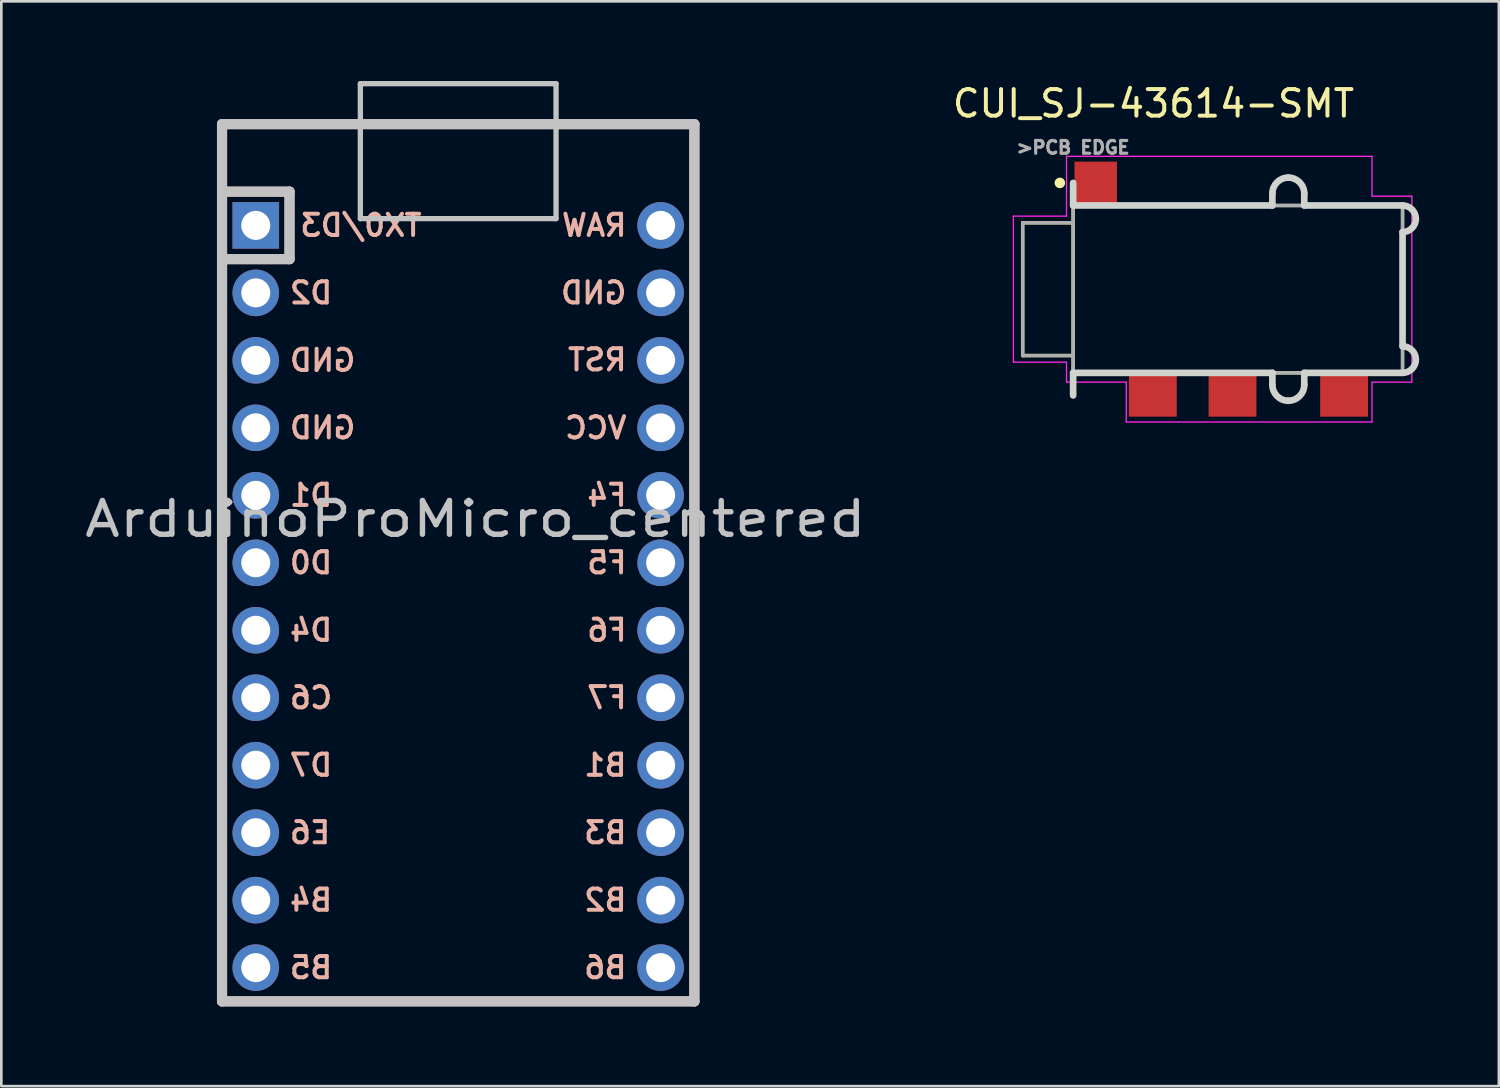
<source format=kicad_pcb>
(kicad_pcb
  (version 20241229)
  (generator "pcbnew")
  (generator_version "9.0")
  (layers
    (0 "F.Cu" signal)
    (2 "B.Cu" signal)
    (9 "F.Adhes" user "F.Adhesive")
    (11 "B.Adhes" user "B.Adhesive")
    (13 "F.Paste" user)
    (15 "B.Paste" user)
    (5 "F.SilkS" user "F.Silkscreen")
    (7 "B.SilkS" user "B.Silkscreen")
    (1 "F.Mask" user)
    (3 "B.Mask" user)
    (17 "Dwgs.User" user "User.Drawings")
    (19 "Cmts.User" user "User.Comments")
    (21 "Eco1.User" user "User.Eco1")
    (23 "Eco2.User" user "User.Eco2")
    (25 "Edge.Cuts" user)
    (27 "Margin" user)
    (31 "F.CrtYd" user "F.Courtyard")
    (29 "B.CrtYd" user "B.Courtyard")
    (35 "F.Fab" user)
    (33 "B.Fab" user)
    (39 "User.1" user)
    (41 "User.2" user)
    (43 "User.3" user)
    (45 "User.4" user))
  (footprint "CUI_SJ-43614-SMT"
    (layer "F.Cu")
    (at 43.546 7.835)
    (property "Reference" "CUI_SJ-43614-SMT" (at -3.176 -6.987 180) (layer "F.SilkS") (effects (font (size 1 1) (thickness 0.15))))
    (attr smd)
    (fp_line (start -8.1 -2.5) (end -8.1 2.5) (stroke (width 0.127) (type solid)) (layer "F.SilkS"))
    (fp_line (start -8.1 2.5) (end -6.2 2.5) (stroke (width 0.127) (type solid)) (layer "F.SilkS"))
    (fp_line (start -6.2 -3) (end -6.2 -2.5) (stroke (width 0.127) (type solid)) (layer "F.SilkS"))
    (fp_line (start -6.2 -2.5) (end -8.1 -2.5) (stroke (width 0.127) (type solid)) (layer "F.SilkS"))
    (fp_line (start -6.2 -2.5) (end -6.2 2.5) (stroke (width 0.127) (type solid)) (layer "F.SilkS"))
    (fp_line (start -6.2 2.5) (end -6.2 3.15) (stroke (width 0.127) (type solid)) (layer "F.SilkS"))
    (fp_line (start -6.2 3.15) (end -4.45 3.15) (stroke (width 0.127) (type solid)) (layer "F.SilkS"))
    (fp_line (start -2.15 3.15) (end -1.3 3.15) (stroke (width 0.127) (type solid)) (layer "F.SilkS"))
    (fp_line (start -2 -3.15) (end -1.3 -3.15) (stroke (width 0.127) (type solid)) (layer "F.SilkS"))
    (fp_line (start 0.95 3.15) (end 2.85 3.15) (stroke (width 0.127) (type solid)) (layer "F.SilkS"))
    (fp_line (start 2.9 -3.15) (end 0.85 -3.15) (stroke (width 0.127) (type solid)) (layer "F.SilkS"))
    (fp_line (start 5.05 -3.15) (end 6.2 -3.15) (stroke (width 0.127) (type solid)) (layer "F.SilkS"))
    (fp_line (start 6.2 -3.15) (end 6.2 3.15) (stroke (width 0.127) (type solid)) (layer "F.SilkS"))
    (fp_line (start 6.2 3.15) (end 5.1 3.15) (stroke (width 0.127) (type solid)) (layer "F.SilkS"))
    (fp_circle (center -6.7 -4) (end -6.6 -4) (stroke (width 0.2) (type solid)) (fill no) (layer "F.SilkS"))
    (fp_line (start -6.2 -3.15) (end -6.2 -4) (stroke (width 0.25) (type solid)) (layer "Edge.Cuts"))
    (fp_line (start -6.2 -3.15) (end 1.3 -3.15) (stroke (width 0.25) (type solid)) (layer "Edge.Cuts"))
    (fp_line (start -6.2 3.15) (end -6.2 4) (stroke (width 0.25) (type solid)) (layer "Edge.Cuts"))
    (fp_line (start -6.2 3.15) (end 1.3 3.15) (stroke (width 0.25) (type solid)) (layer "Edge.Cuts"))
    (fp_line (start 1.3 -3.15) (end 1.3 -3.6) (stroke (width 0.25) (type solid)) (layer "Edge.Cuts"))
    (fp_line (start 1.3 3.15) (end 1.3 3.6) (stroke (width 0.25) (type solid)) (layer "Edge.Cuts"))
    (fp_line (start 2.5 -3.15) (end 2.5 -3.6) (stroke (width 0.25) (type solid)) (layer "Edge.Cuts"))
    (fp_line (start 2.5 -3.15) (end 6.2 -3.15) (stroke (width 0.25) (type solid)) (layer "Edge.Cuts"))
    (fp_line (start 2.5 3.15) (end 2.5 3.6) (stroke (width 0.25) (type solid)) (layer "Edge.Cuts"))
    (fp_line (start 6.2 -2.15) (end 6.2 2.15) (stroke (width 0.25) (type solid)) (layer "Edge.Cuts"))
    (fp_line (start 6.2 3.15) (end 2.5 3.15) (stroke (width 0.25) (type solid)) (layer "Edge.Cuts"))
    (fp_arc (start 1.3 -3.6) (mid 1.475736 -4.024264) (end 1.9 -4.2) (stroke (width 0.25) (type solid)) (layer "Edge.Cuts"))
    (fp_arc (start 1.9 -4.2) (mid 2.324264 -4.024264) (end 2.5 -3.6) (stroke (width 0.25) (type solid)) (layer "Edge.Cuts"))
    (fp_arc (start 1.9 4.2) (mid 1.475736 4.024264) (end 1.3 3.6) (stroke (width 0.25) (type solid)) (layer "Edge.Cuts"))
    (fp_arc (start 2.5 3.6) (mid 2.324264 4.024264) (end 1.9 4.2) (stroke (width 0.25) (type solid)) (layer "Edge.Cuts"))
    (fp_arc (start 6.2 -3.15) (mid 6.553554 -3.003554) (end 6.7 -2.65) (stroke (width 0.25) (type solid)) (layer "Edge.Cuts"))
    (fp_arc (start 6.2 2.15) (mid 6.553554 2.296446) (end 6.7 2.65) (stroke (width 0.25) (type solid)) (layer "Edge.Cuts"))
    (fp_arc (start 6.7 -2.65) (mid 6.553554 -2.296446) (end 6.2 -2.15) (stroke (width 0.25) (type solid)) (layer "Edge.Cuts"))
    (fp_arc (start 6.7 2.65) (mid 6.553554 3.003554) (end 6.2 3.15) (stroke (width 0.25) (type solid)) (layer "Edge.Cuts"))
    (fp_line (start -8.45 -2.75) (end -8.45 2.75) (stroke (width 0.05) (type solid)) (layer "F.CrtYd"))
    (fp_line (start -8.45 -2.75) (end -6.45 -2.75) (stroke (width 0.05) (type solid)) (layer "F.CrtYd"))
    (fp_line (start -6.45 -5) (end 5.05 -5) (stroke (width 0.05) (type solid)) (layer "F.CrtYd"))
    (fp_line (start -6.45 -2.75) (end -6.45 -5) (stroke (width 0.05) (type solid)) (layer "F.CrtYd"))
    (fp_line (start -6.45 2.75) (end -8.45 2.75) (stroke (width 0.05) (type solid)) (layer "F.CrtYd"))
    (fp_line (start -6.45 3.5) (end -6.45 2.75) (stroke (width 0.05) (type solid)) (layer "F.CrtYd"))
    (fp_line (start -4.2 3.5) (end -6.45 3.5) (stroke (width 0.05) (type solid)) (layer "F.CrtYd"))
    (fp_line (start -4.2 5) (end -4.2 3.5) (stroke (width 0.05) (type solid)) (layer "F.CrtYd"))
    (fp_line (start 5.05 -5) (end 5.05 -3.5) (stroke (width 0.05) (type solid)) (layer "F.CrtYd"))
    (fp_line (start 5.05 -3.5) (end 6.55 -3.5) (stroke (width 0.05) (type solid)) (layer "F.CrtYd"))
    (fp_line (start 5.05 3.5) (end 5.05 5) (stroke (width 0.05) (type solid)) (layer "F.CrtYd"))
    (fp_line (start 5.05 5) (end -4.2 5) (stroke (width 0.05) (type solid)) (layer "F.CrtYd"))
    (fp_line (start 6.55 -3.5) (end 6.55 3.5) (stroke (width 0.05) (type solid)) (layer "F.CrtYd"))
    (fp_line (start 6.55 3.5) (end 5.05 3.5) (stroke (width 0.05) (type solid)) (layer "F.CrtYd"))
    (fp_line (start -8.1 -2.5) (end -8.1 2.5) (stroke (width 0.127) (type solid)) (layer "F.Fab"))
    (fp_line (start -8.1 2.5) (end -6.2 2.5) (stroke (width 0.127) (type solid)) (layer "F.Fab"))
    (fp_line (start -6.2 -3.15) (end 6.2 -3.15) (stroke (width 0.127) (type solid)) (layer "F.Fab"))
    (fp_line (start -6.2 -2.5) (end -8.1 -2.5) (stroke (width 0.127) (type solid)) (layer "F.Fab"))
    (fp_line (start -6.2 -2.5) (end -6.2 -3.15) (stroke (width 0.127) (type solid)) (layer "F.Fab"))
    (fp_line (start -6.2 2.5) (end -6.2 -2.5) (stroke (width 0.127) (type solid)) (layer "F.Fab"))
    (fp_line (start -6.2 3.15) (end -6.2 2.5) (stroke (width 0.127) (type solid)) (layer "F.Fab"))
    (fp_line (start 6.2 -3.15) (end 6.2 3.15) (stroke (width 0.127) (type solid)) (layer "F.Fab"))
    (fp_line (start 6.2 3.15) (end -6.2 3.15) (stroke (width 0.127) (type solid)) (layer "F.Fab"))
    (fp_text user ">PCB EDGE" (at -6.204 -5.333 180) (layer "F.Fab") (effects (font (size 0.48 0.48) (thickness 0.12))))
    (pad "1" smd rect (at -5.35 -3.975 180) (size 1.6 1.65) (layers "F.Cu" "F.Mask" "F.Paste"))
    (pad "2" smd rect (at 4 3.975 180) (size 1.8 1.65) (layers "F.Cu" "F.Mask" "F.Paste"))
    (pad "3" smd rect (at -0.2 3.975 180) (size 1.8 1.65) (layers "F.Cu" "F.Mask" "F.Paste"))
    (pad "4" smd rect (at -3.2 3.975 180) (size 1.8 1.65) (layers "F.Cu" "F.Mask" "F.Paste")))
  (footprint "ArduinoProMicro_centered"
    (layer "F.Cu")
    (at 14.198 18.134)
    (property "Reference" "ArduinoProMicro_centered" (at 0.65 -1.65 0) (layer "Dwgs.User") (effects (font (size 1.27 1.524) (thickness 0.203))))
    (attr through_hole)
    (fp_line (start -8.89 -16.51) (end -8.89 16.51) (stroke (width 0.381) (type solid)) (layer "B.SilkS"))
    (fp_line (start -8.89 -16.51) (end 8.89 -16.51) (stroke (width 0.381) (type solid)) (layer "B.SilkS"))
    (fp_line (start -8.89 16.51) (end 8.89 16.51) (stroke (width 0.381) (type solid)) (layer "B.SilkS"))
    (fp_line (start -6.35 -13.97) (end -8.89 -13.97) (stroke (width 0.381) (type solid)) (layer "B.SilkS"))
    (fp_line (start -6.35 -13.97) (end -6.35 -11.43) (stroke (width 0.381) (type solid)) (layer "B.SilkS"))
    (fp_line (start -6.35 -11.43) (end -8.89 -11.43) (stroke (width 0.381) (type solid)) (layer "B.SilkS"))
    (fp_line (start 8.89 16.51) (end 8.89 -16.51) (stroke (width 0.381) (type solid)) (layer "B.SilkS"))
    (fp_line (start -8.89 -16.51) (end -8.89 16.51) (stroke (width 0.381) (type solid)) (layer "Dwgs.User"))
    (fp_line (start -8.89 16.51) (end 8.89 16.51) (stroke (width 0.381) (type solid)) (layer "Dwgs.User"))
    (fp_line (start -6.35 -13.97) (end -8.89 -13.97) (stroke (width 0.381) (type solid)) (layer "Dwgs.User"))
    (fp_line (start -6.35 -13.97) (end -6.35 -11.43) (stroke (width 0.381) (type solid)) (layer "Dwgs.User"))
    (fp_line (start -6.35 -11.43) (end -8.89 -11.43) (stroke (width 0.381) (type solid)) (layer "Dwgs.User"))
    (fp_line (start -3.683 -18.034) (end 3.683 -18.034) (stroke (width 0.2) (type solid)) (layer "Dwgs.User"))
    (fp_line (start -3.683 -12.954) (end -3.683 -18.034) (stroke (width 0.2) (type solid)) (layer "Dwgs.User"))
    (fp_line (start 3.683 -18.034) (end 3.683 -12.954) (stroke (width 0.2) (type solid)) (layer "Dwgs.User"))
    (fp_line (start 3.683 -12.954) (end -3.683 -12.954) (stroke (width 0.2) (type solid)) (layer "Dwgs.User"))
    (fp_line (start 8.89 -16.51) (end -8.89 -16.51) (stroke (width 0.381) (type solid)) (layer "Dwgs.User"))
    (fp_line (start 8.89 -16.51) (end 8.89 16.51) (stroke (width 0.381) (type solid)) (layer "Dwgs.User"))
    (fp_text user "B3" (at 6.419 10.16 0) (unlocked yes) (layer "B.SilkS") (effects (font (size 0.8 0.8) (thickness 0.15)) (justify left mirror)))
    (fp_text user "D4" (at -6.419 2.54 0) (unlocked yes) (layer "B.SilkS") (effects (font (size 0.8 0.8) (thickness 0.15)) (justify right mirror)))
    (fp_text user "B4" (at -6.419 12.7 0) (unlocked yes) (layer "B.SilkS") (effects (font (size 0.8 0.8) (thickness 0.15)) (justify right mirror)))
    (fp_text user "VCC" (at 6.419 -5.08 0) (unlocked yes) (layer "B.SilkS") (effects (font (size 0.8 0.8) (thickness 0.15)) (justify left mirror)))
    (fp_text user "D7" (at -6.419 7.62 0) (unlocked yes) (layer "B.SilkS") (effects (font (size 0.8 0.8) (thickness 0.15)) (justify right mirror)))
    (fp_text user "TX0/D3" (at -6.025 -12.7 0) (unlocked yes) (layer "B.SilkS") (effects (font (size 0.8 0.8) (thickness 0.15)) (justify right mirror)))
    (fp_text user "C6" (at -6.419 5.08 0) (unlocked yes) (layer "B.SilkS") (effects (font (size 0.8 0.8) (thickness 0.15)) (justify right mirror)))
    (fp_text user "RAW" (at 6.419 -12.7 0) (unlocked yes) (layer "B.SilkS") (effects (font (size 0.8 0.8) (thickness 0.15)) (justify left mirror)))
    (fp_text user "B6" (at 6.419 15.24 0) (unlocked yes) (layer "B.SilkS") (effects (font (size 0.8 0.8) (thickness 0.15)) (justify left mirror)))
    (fp_text user "D2" (at -6.419 -10.16 0) (unlocked yes) (layer "B.SilkS") (effects (font (size 0.8 0.8) (thickness 0.15)) (justify right mirror)))
    (fp_text user "B2" (at 6.419 12.7 0) (unlocked yes) (layer "B.SilkS") (effects (font (size 0.8 0.8) (thickness 0.15)) (justify left mirror)))
    (fp_text user "E6" (at -6.419 10.16 0) (unlocked yes) (layer "B.SilkS") (effects (font (size 0.8 0.8) (thickness 0.15)) (justify right mirror)))
    (fp_text user "F7" (at 6.419 5.08 0) (unlocked yes) (layer "B.SilkS") (effects (font (size 0.8 0.8) (thickness 0.15)) (justify left mirror)))
    (fp_text user "GND" (at -6.419 -5.08 0) (unlocked yes) (layer "B.SilkS") (effects (font (size 0.8 0.8) (thickness 0.15)) (justify right mirror)))
    (fp_text user "GND" (at -6.419 -7.62 0) (unlocked yes) (layer "B.SilkS") (effects (font (size 0.8 0.8) (thickness 0.15)) (justify right mirror)))
    (fp_text user "D1" (at -6.419 -2.54 0) (unlocked yes) (layer "B.SilkS") (effects (font (size 0.8 0.8) (thickness 0.15)) (justify right mirror)))
    (fp_text user "B5" (at -6.419 15.24 0) (unlocked yes) (layer "B.SilkS") (effects (font (size 0.8 0.8) (thickness 0.15)) (justify right mirror)))
    (fp_text user "B1" (at 6.419 7.62 0) (unlocked yes) (layer "B.SilkS") (effects (font (size 0.8 0.8) (thickness 0.15)) (justify left mirror)))
    (fp_text user "RST" (at 6.419 -7.64 0) (unlocked yes) (layer "B.SilkS") (effects (font (size 0.8 0.8) (thickness 0.15)) (justify left mirror)))
    (fp_text user "D0" (at -6.419 0 0) (unlocked yes) (layer "B.SilkS") (effects (font (size 0.8 0.8) (thickness 0.15)) (justify right mirror)))
    (fp_text user "F4" (at 6.419 -2.54 0) (unlocked yes) (layer "B.SilkS") (effects (font (size 0.8 0.8) (thickness 0.15)) (justify left mirror)))
    (fp_text user "GND" (at 6.419 -10.16 0) (unlocked yes) (layer "B.SilkS") (effects (font (size 0.8 0.8) (thickness 0.15)) (justify left mirror)))
    (fp_text user "F6" (at 6.419 2.54 0) (unlocked yes) (layer "B.SilkS") (effects (font (size 0.8 0.8) (thickness 0.15)) (justify left mirror)))
    (fp_text user "F5" (at 6.419 0 0) (unlocked yes) (layer "B.SilkS") (effects (font (size 0.8 0.8) (thickness 0.15)) (justify left mirror)))
    (pad "1" thru_hole rect (at -7.62 -12.7 270) (size 1.753 1.753) (drill 1.092) (layers "*.Cu" "*.Mask"))
    (pad "2" thru_hole circle (at -7.62 -10.16 270) (size 1.753 1.753) (drill 1.092) (layers "*.Cu" "*.Mask"))
    (pad "3" thru_hole circle (at -7.62 -7.62 270) (size 1.753 1.753) (drill 1.092) (layers "*.Cu" "*.Mask"))
    (pad "4" thru_hole circle (at -7.62 -5.08 270) (size 1.753 1.753) (drill 1.092) (layers "*.Cu" "*.Mask"))
    (pad "5" thru_hole circle (at -7.62 -2.54 270) (size 1.753 1.753) (drill 1.092) (layers "*.Cu" "*.Mask"))
    (pad "6" thru_hole circle (at -7.62 0 270) (size 1.753 1.753) (drill 1.092) (layers "*.Cu" "*.Mask"))
    (pad "7" thru_hole circle (at -7.62 2.54 270) (size 1.753 1.753) (drill 1.092) (layers "*.Cu" "*.Mask"))
    (pad "8" thru_hole circle (at -7.62 5.08 270) (size 1.753 1.753) (drill 1.092) (layers "*.Cu" "*.Mask"))
    (pad "9" thru_hole circle (at -7.62 7.62 270) (size 1.753 1.753) (drill 1.092) (layers "*.Cu" "*.Mask"))
    (pad "10" thru_hole circle (at -7.62 10.16 270) (size 1.753 1.753) (drill 1.092) (layers "*.Cu" "*.Mask"))
    (pad "11" thru_hole circle (at -7.62 12.7 270) (size 1.753 1.753) (drill 1.092) (layers "*.Cu" "*.Mask"))
    (pad "12" thru_hole circle (at -7.62 15.24 270) (size 1.753 1.753) (drill 1.092) (layers "*.Cu" "*.Mask"))
    (pad "13" thru_hole circle (at 7.62 15.24 270) (size 1.753 1.753) (drill 1.092) (layers "*.Cu" "*.Mask"))
    (pad "14" thru_hole circle (at 7.62 12.7 270) (size 1.753 1.753) (drill 1.092) (layers "*.Cu" "*.Mask"))
    (pad "15" thru_hole circle (at 7.62 10.16 270) (size 1.753 1.753) (drill 1.092) (layers "*.Cu" "*.Mask"))
    (pad "16" thru_hole circle (at 7.62 7.62 270) (size 1.753 1.753) (drill 1.092) (layers "*.Cu" "*.Mask"))
    (pad "17" thru_hole circle (at 7.62 5.08 270) (size 1.753 1.753) (drill 1.092) (layers "*.Cu" "*.Mask"))
    (pad "18" thru_hole circle (at 7.62 2.54 270) (size 1.753 1.753) (drill 1.092) (layers "*.Cu" "*.Mask"))
    (pad "19" thru_hole circle (at 7.62 0 270) (size 1.753 1.753) (drill 1.092) (layers "*.Cu" "*.Mask"))
    (pad "20" thru_hole circle (at 7.62 -2.54 270) (size 1.753 1.753) (drill 1.092) (layers "*.Cu" "*.Mask"))
    (pad "21" thru_hole circle (at 7.62 -5.08 270) (size 1.753 1.753) (drill 1.092) (layers "*.Cu" "*.Mask"))
    (pad "22" thru_hole circle (at 7.62 -7.62 270) (size 1.753 1.753) (drill 1.092) (layers "*.Cu" "*.Mask"))
    (pad "23" thru_hole circle (at 7.62 -10.16 270) (size 1.753 1.753) (drill 1.092) (layers "*.Cu" "*.Mask"))
    (pad "24" thru_hole circle (at 7.62 -12.7 270) (size 1.753 1.753) (drill 1.092) (layers "*.Cu" "*.Mask")))
  (gr_rect
    (start -3 -3)
    (end 53.371 37.834)
    (stroke (width 0.1) (type default))
    (fill no)
    (layer "Edge.Cuts")))
</source>
